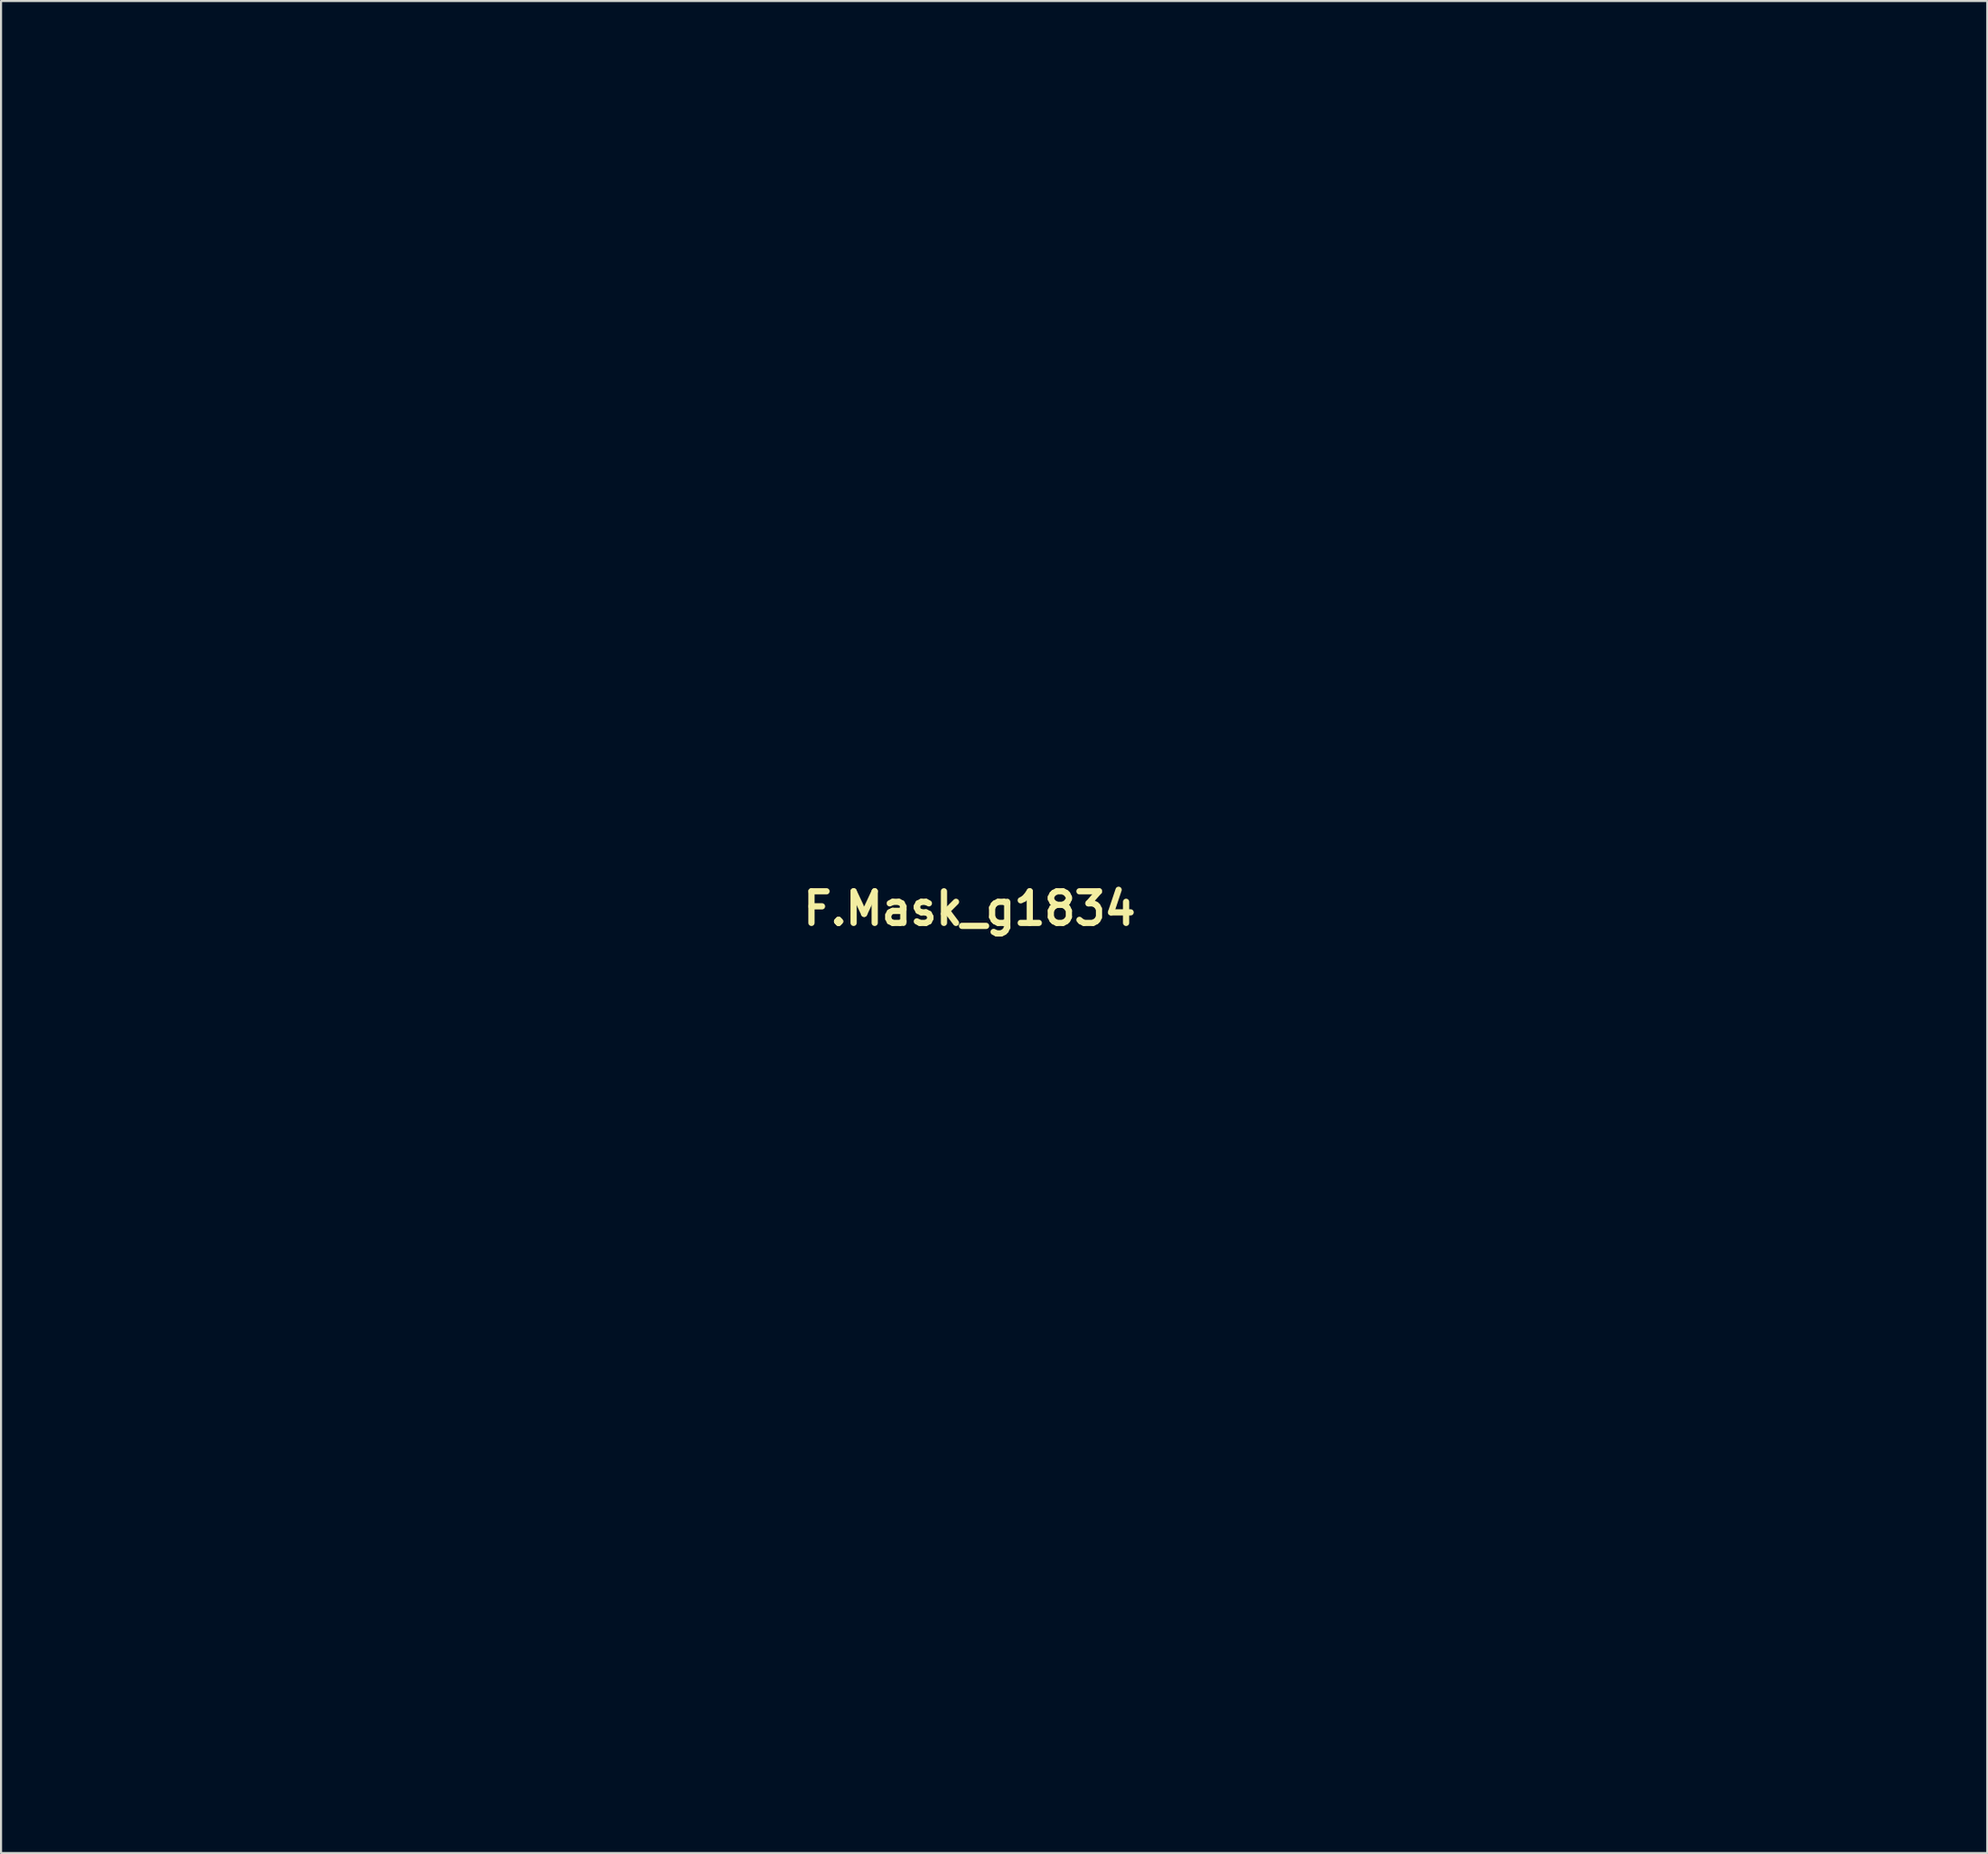
<source format=kicad_pcb>
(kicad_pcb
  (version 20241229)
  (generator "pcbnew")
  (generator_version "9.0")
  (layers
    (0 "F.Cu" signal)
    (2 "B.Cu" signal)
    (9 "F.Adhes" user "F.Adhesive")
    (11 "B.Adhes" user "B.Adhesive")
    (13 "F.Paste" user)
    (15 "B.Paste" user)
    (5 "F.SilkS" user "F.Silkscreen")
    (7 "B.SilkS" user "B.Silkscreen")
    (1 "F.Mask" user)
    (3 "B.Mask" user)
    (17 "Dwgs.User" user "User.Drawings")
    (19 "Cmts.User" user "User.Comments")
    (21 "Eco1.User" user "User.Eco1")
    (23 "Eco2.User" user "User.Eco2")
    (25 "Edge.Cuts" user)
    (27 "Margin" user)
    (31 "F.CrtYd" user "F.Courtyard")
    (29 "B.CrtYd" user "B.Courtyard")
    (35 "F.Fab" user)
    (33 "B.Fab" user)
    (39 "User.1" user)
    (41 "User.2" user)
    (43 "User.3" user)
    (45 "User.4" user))
  (footprint "F.Mask_g1834"
    (layer "F.Cu")
    (at 43.688 40.771)
    (property "Reference" "F.Mask_g1834" (at 0 0 0) (layer "F.SilkS") (effects (font (size 1.524 1.524) (thickness 0.3))))
    (attr through_hole)
    (fp_poly (pts (xy -12.937 9.439) (xy -12.456 9.515) (xy -12.264 9.557) (xy -11.799 9.688) (xy -11.336 9.861) (xy -10.876 10.076) (xy -10.42 10.332) (xy -9.968 10.629) (xy -9.521 10.967) (xy -9.079 11.344) (xy -8.643 11.762) (xy -8.212 12.219) (xy -7.789 12.715) (xy -7.716 12.806) (xy -7.353 13.28) (xy -7.032 13.748) (xy -6.752 14.21) (xy -6.511 14.67) (xy -6.31 15.127) (xy -6.148 15.584) (xy -6.024 16.041) (xy -5.938 16.5) (xy -5.89 16.962) (xy -5.877 17.346) (xy -5.887 17.718) (xy -5.917 18.066) (xy -5.969 18.403) (xy -6.046 18.746) (xy -6.095 18.923) (xy -6.239 19.35) (xy -6.425 19.773) (xy -6.652 20.191) (xy -6.921 20.604) (xy -7.229 21.012) (xy -7.578 21.413) (xy -7.967 21.807) (xy -8.395 22.194) (xy -8.498 22.281) (xy -8.952 22.639) (xy -9.404 22.955) (xy -9.855 23.228) (xy -10.306 23.458) (xy -10.755 23.647) (xy -11.203 23.793) (xy -11.65 23.897) (xy -12.097 23.959) (xy -12.542 23.979) (xy -12.594 23.978) (xy -12.701 23.976) (xy -12.801 23.973) (xy -12.881 23.97) (xy -12.922 23.968) (xy -13.448 23.904) (xy -13.964 23.8) (xy -14.47 23.654) (xy -14.964 23.468) (xy -15.448 23.241) (xy -15.92 22.973) (xy -16.381 22.665) (xy -16.499 22.578) (xy -16.724 22.401) (xy -16.965 22.197) (xy -17.216 21.972) (xy -17.47 21.733) (xy -17.719 21.488) (xy -17.955 21.242) (xy -18.172 21.004) (xy -18.257 20.905) (xy -18.651 20.419) (xy -19.002 19.934) (xy -19.312 19.45) (xy -19.58 18.967) (xy -19.806 18.484) (xy -19.991 18) (xy -20.134 17.515) (xy -20.237 17.029) (xy -20.299 16.541) (xy -20.32 16.051) (xy -20.32 16.041) (xy -20.302 15.619) (xy -16.592 15.619) (xy -16.562 15.932) (xy -16.493 16.248) (xy -16.391 16.548) (xy -16.254 16.849) (xy -16.081 17.165) (xy -15.873 17.492) (xy -15.633 17.826) (xy -15.363 18.167) (xy -15.065 18.509) (xy -14.741 18.851) (xy -14.669 18.923) (xy -14.345 19.229) (xy -14.026 19.499) (xy -13.712 19.732) (xy -13.404 19.926) (xy -13.104 20.083) (xy -12.813 20.199) (xy -12.531 20.276) (xy -12.405 20.298) (xy -12.25 20.311) (xy -12.071 20.313) (xy -11.883 20.304) (xy -11.702 20.285) (xy -11.543 20.257) (xy -11.51 20.249) (xy -11.248 20.161) (xy -10.986 20.037) (xy -10.73 19.879) (xy -10.488 19.692) (xy -10.266 19.481) (xy -10.088 19.275) (xy -9.916 19.03) (xy -9.783 18.789) (xy -9.686 18.545) (xy -9.625 18.29) (xy -9.596 18.019) (xy -9.594 17.78) (xy -9.603 17.613) (xy -9.619 17.468) (xy -9.644 17.333) (xy -9.682 17.196) (xy -9.735 17.043) (xy -9.783 16.918) (xy -9.897 16.665) (xy -10.043 16.395) (xy -10.217 16.111) (xy -10.416 15.819) (xy -10.635 15.523) (xy -10.871 15.228) (xy -11.119 14.938) (xy -11.377 14.657) (xy -11.64 14.391) (xy -11.904 14.144) (xy -12.165 13.92) (xy -12.42 13.724) (xy -12.562 13.625) (xy -12.875 13.44) (xy -13.188 13.296) (xy -13.502 13.193) (xy -13.813 13.13) (xy -14.123 13.109) (xy -14.428 13.128) (xy -14.727 13.188) (xy -15.02 13.29) (xy -15.305 13.432) (xy -15.442 13.517) (xy -15.592 13.627) (xy -15.749 13.759) (xy -15.903 13.905) (xy -16.041 14.053) (xy -16.153 14.189) (xy -16.318 14.449) (xy -16.445 14.724) (xy -16.533 15.012) (xy -16.582 15.311) (xy -16.592 15.619) (xy -20.302 15.619) (xy -20.299 15.556) (xy -20.237 15.078) (xy -20.134 14.61) (xy -19.989 14.15) (xy -19.802 13.699) (xy -19.575 13.256) (xy -19.306 12.822) (xy -18.996 12.398) (xy -18.645 11.982) (xy -18.252 11.576) (xy -18.034 11.37) (xy -17.59 10.986) (xy -17.141 10.644) (xy -16.688 10.343) (xy -16.231 10.084) (xy -15.769 9.866) (xy -15.305 9.69) (xy -14.837 9.556) (xy -14.366 9.464) (xy -13.892 9.413) (xy -13.415 9.405) (xy -12.937 9.439)) (stroke (width 0.01) (type solid)) (fill yes) (layer "F.Mask"))
    (fp_poly (pts (xy -24.391 19.398) (xy -23.915 19.44) (xy -23.437 19.524) (xy -22.959 19.651) (xy -22.871 19.679) (xy -22.402 19.853) (xy -21.938 20.069) (xy -21.478 20.326) (xy -21.023 20.625) (xy -20.573 20.966) (xy -20.128 21.348) (xy -19.688 21.771) (xy -19.254 22.235) (xy -18.826 22.74) (xy -18.765 22.816) (xy -18.492 23.173) (xy -18.234 23.539) (xy -17.996 23.911) (xy -17.779 24.28) (xy -17.588 24.643) (xy -17.426 24.994) (xy -17.303 25.304) (xy -17.151 25.787) (xy -17.04 26.272) (xy -16.97 26.756) (xy -16.94 27.239) (xy -16.951 27.718) (xy -17.002 28.191) (xy -17.094 28.657) (xy -17.226 29.114) (xy -17.398 29.561) (xy -17.495 29.771) (xy -17.719 30.185) (xy -17.984 30.594) (xy -18.29 30.998) (xy -18.637 31.396) (xy -19.023 31.788) (xy -19.439 32.163) (xy -19.881 32.523) (xy -20.319 32.842) (xy -20.753 33.12) (xy -21.184 33.358) (xy -21.614 33.556) (xy -22.043 33.716) (xy -22.474 33.837) (xy -22.902 33.919) (xy -23.002 33.931) (xy -23.133 33.941) (xy -23.284 33.95) (xy -23.445 33.957) (xy -23.606 33.962) (xy -23.756 33.965) (xy -23.886 33.964) (xy -23.985 33.96) (xy -23.992 33.959) (xy -24.518 33.894) (xy -25.035 33.788) (xy -25.543 33.641) (xy -26.039 33.454) (xy -26.52 33.228) (xy -26.986 32.964) (xy -27.029 32.937) (xy -27.393 32.691) (xy -27.764 32.41) (xy -28.137 32.096) (xy -28.508 31.756) (xy -28.871 31.393) (xy -29.221 31.012) (xy -29.554 30.618) (xy -29.562 30.607) (xy -29.931 30.122) (xy -30.259 29.636) (xy -30.544 29.148) (xy -30.789 28.66) (xy -30.992 28.171) (xy -31.152 27.681) (xy -31.272 27.192) (xy -31.349 26.703) (xy -31.384 26.214) (xy -31.377 25.726) (xy -31.356 25.511) (xy -27.661 25.511) (xy -27.643 25.824) (xy -27.583 26.144) (xy -27.582 26.149) (xy -27.487 26.453) (xy -27.352 26.771) (xy -27.18 27.099) (xy -26.97 27.439) (xy -26.723 27.787) (xy -26.44 28.143) (xy -26.122 28.506) (xy -25.769 28.874) (xy -25.683 28.96) (xy -25.366 29.258) (xy -25.059 29.517) (xy -24.761 29.738) (xy -24.47 29.921) (xy -24.183 30.069) (xy -23.899 30.181) (xy -23.616 30.26) (xy -23.463 30.289) (xy -23.327 30.302) (xy -23.164 30.304) (xy -22.989 30.297) (xy -22.816 30.281) (xy -22.659 30.257) (xy -22.58 30.239) (xy -22.309 30.151) (xy -22.05 30.029) (xy -21.798 29.87) (xy -21.552 29.672) (xy -21.398 29.528) (xy -21.202 29.319) (xy -21.042 29.113) (xy -20.913 28.904) (xy -20.81 28.682) (xy -20.728 28.439) (xy -20.708 28.365) (xy -20.683 28.262) (xy -20.667 28.166) (xy -20.658 28.063) (xy -20.654 27.938) (xy -20.653 27.877) (xy -20.654 27.725) (xy -20.661 27.596) (xy -20.677 27.478) (xy -20.703 27.355) (xy -20.742 27.215) (xy -20.769 27.125) (xy -20.858 26.886) (xy -20.979 26.627) (xy -21.13 26.352) (xy -21.309 26.064) (xy -21.513 25.767) (xy -21.74 25.464) (xy -21.986 25.16) (xy -22.25 24.857) (xy -22.529 24.559) (xy -22.726 24.362) (xy -23.038 24.072) (xy -23.342 23.821) (xy -23.639 23.61) (xy -23.932 23.437) (xy -24.221 23.3) (xy -24.51 23.198) (xy -24.738 23.142) (xy -24.899 23.119) (xy -25.081 23.107) (xy -25.27 23.105) (xy -25.453 23.115) (xy -25.617 23.135) (xy -25.697 23.151) (xy -25.969 23.232) (xy -26.219 23.338) (xy -26.457 23.473) (xy -26.681 23.633) (xy -26.935 23.854) (xy -27.152 24.095) (xy -27.331 24.352) (xy -27.472 24.624) (xy -27.575 24.909) (xy -27.638 25.205) (xy -27.661 25.511) (xy -31.356 25.511) (xy -31.328 25.239) (xy -31.274 24.924) (xy -31.161 24.466) (xy -31.011 24.019) (xy -30.821 23.583) (xy -30.591 23.156) (xy -30.321 22.737) (xy -30.011 22.325) (xy -29.659 21.92) (xy -29.422 21.673) (xy -28.988 21.261) (xy -28.548 20.89) (xy -28.102 20.56) (xy -27.652 20.27) (xy -27.196 20.021) (xy -26.737 19.814) (xy -26.274 19.648) (xy -25.807 19.523) (xy -25.337 19.44) (xy -24.865 19.398) (xy -24.391 19.398)) (stroke (width 0.01) (type solid)) (fill yes) (layer "F.Mask"))
    (fp_poly (pts (xy 8.969 -11.079) (xy 9.11 -11.078) (xy 9.225 -11.074) (xy 9.321 -11.068) (xy 9.409 -11.06) (xy 9.495 -11.048) (xy 9.588 -11.033) (xy 9.599 -11.031) (xy 10.089 -10.924) (xy 10.57 -10.781) (xy 11.045 -10.6) (xy 11.496 -10.392) (xy 11.613 -10.332) (xy 11.738 -10.266) (xy 11.862 -10.2) (xy 11.975 -10.137) (xy 12.071 -10.082) (xy 12.138 -10.042) (xy 12.147 -10.036) (xy 12.148 -10.025) (xy 12.138 -9.999) (xy 12.115 -9.957) (xy 12.079 -9.895) (xy 12.027 -9.814) (xy 11.96 -9.71) (xy 11.876 -9.581) (xy 11.773 -9.427) (xy 11.651 -9.245) (xy 11.508 -9.033) (xy 11.343 -8.789) (xy 11.208 -8.591) (xy 11.057 -8.369) (xy 10.912 -8.155) (xy 10.775 -7.954) (xy 10.647 -7.767) (xy 10.532 -7.598) (xy 10.429 -7.448) (xy 10.343 -7.321) (xy 10.273 -7.22) (xy 10.223 -7.147) (xy 10.194 -7.105) (xy 10.189 -7.097) (xy 10.139 -7.03) (xy 9.996 -7.117) (xy 9.864 -7.192) (xy 9.719 -7.268) (xy 9.569 -7.339) (xy 9.426 -7.4) (xy 9.301 -7.447) (xy 9.227 -7.47) (xy 8.911 -7.53) (xy 8.603 -7.55) (xy 8.304 -7.528) (xy 8.015 -7.466) (xy 7.738 -7.364) (xy 7.474 -7.222) (xy 7.225 -7.04) (xy 7.077 -6.907) (xy 6.858 -6.666) (xy 6.679 -6.411) (xy 6.538 -6.14) (xy 6.438 -5.857) (xy 6.377 -5.561) (xy 6.357 -5.255) (xy 6.377 -4.94) (xy 6.438 -4.616) (xy 6.503 -4.392) (xy 6.616 -4.102) (xy 6.768 -3.797) (xy 6.958 -3.478) (xy 7.186 -3.145) (xy 7.452 -2.799) (xy 7.755 -2.44) (xy 8.094 -2.07) (xy 8.38 -1.777) (xy 8.703 -1.468) (xy 9.011 -1.198) (xy 9.307 -0.966) (xy 9.593 -0.771) (xy 9.868 -0.614) (xy 10.136 -0.492) (xy 10.398 -0.407) (xy 10.654 -0.357) (xy 10.908 -0.341) (xy 11.159 -0.359) (xy 11.409 -0.41) (xy 11.551 -0.453) (xy 11.795 -0.555) (xy 12.035 -0.692) (xy 12.265 -0.858) (xy 12.479 -1.048) (xy 12.674 -1.257) (xy 12.843 -1.48) (xy 12.981 -1.711) (xy 13.083 -1.945) (xy 13.098 -1.99) (xy 13.16 -2.252) (xy 13.183 -2.532) (xy 13.169 -2.829) (xy 13.116 -3.143) (xy 13.025 -3.474) (xy 12.896 -3.822) (xy 12.729 -4.186) (xy 12.602 -4.427) (xy 12.552 -4.521) (xy 12.513 -4.601) (xy 12.488 -4.661) (xy 12.479 -4.694) (xy 12.481 -4.697) (xy 12.503 -4.708) (xy 12.56 -4.734) (xy 12.649 -4.774) (xy 12.766 -4.827) (xy 12.908 -4.89) (xy 13.072 -4.963) (xy 13.254 -5.043) (xy 13.45 -5.13) (xy 13.657 -5.222) (xy 13.872 -5.317) (xy 14.092 -5.413) (xy 14.312 -5.51) (xy 14.53 -5.605) (xy 14.741 -5.698) (xy 14.943 -5.787) (xy 15.132 -5.869) (xy 15.304 -5.944) (xy 15.457 -6.011) (xy 15.586 -6.067) (xy 15.689 -6.111) (xy 15.761 -6.142) (xy 15.8 -6.158) (xy 15.805 -6.159) (xy 15.816 -6.154) (xy 15.832 -6.136) (xy 15.854 -6.101) (xy 15.886 -6.045) (xy 15.928 -5.964) (xy 15.985 -5.854) (xy 16.057 -5.711) (xy 16.076 -5.673) (xy 16.291 -5.214) (xy 16.467 -4.769) (xy 16.607 -4.332) (xy 16.712 -3.9) (xy 16.781 -3.468) (xy 16.818 -3.034) (xy 16.821 -2.963) (xy 16.817 -2.511) (xy 16.775 -2.072) (xy 16.692 -1.646) (xy 16.57 -1.231) (xy 16.408 -0.826) (xy 16.205 -0.429) (xy 15.961 -0.04) (xy 15.689 0.326) (xy 15.451 0.607) (xy 15.18 0.895) (xy 14.883 1.186) (xy 14.567 1.471) (xy 14.239 1.745) (xy 13.907 2.002) (xy 13.6 2.22) (xy 13.21 2.47) (xy 12.835 2.683) (xy 12.47 2.86) (xy 12.11 3.003) (xy 11.754 3.114) (xy 11.396 3.194) (xy 11.102 3.238) (xy 10.973 3.248) (xy 10.813 3.254) (xy 10.633 3.257) (xy 10.445 3.255) (xy 10.26 3.25) (xy 10.089 3.24) (xy 9.944 3.228) (xy 9.927 3.226) (xy 9.528 3.164) (xy 9.113 3.075) (xy 8.695 2.962) (xy 8.411 2.87) (xy 7.972 2.7) (xy 7.538 2.493) (xy 7.108 2.249) (xy 6.681 1.965) (xy 6.255 1.643) (xy 5.83 1.28) (xy 5.404 0.875) (xy 5.386 0.858) (xy 4.942 0.393) (xy 4.533 -0.076) (xy 4.162 -0.548) (xy 3.829 -1.022) (xy 3.534 -1.498) (xy 3.279 -1.972) (xy 3.064 -2.445) (xy 2.908 -2.863) (xy 2.766 -3.348) (xy 2.666 -3.831) (xy 2.608 -4.311) (xy 2.592 -4.786) (xy 2.617 -5.256) (xy 2.685 -5.721) (xy 2.794 -6.18) (xy 2.945 -6.631) (xy 3.137 -7.075) (xy 3.37 -7.51) (xy 3.555 -7.804) (xy 3.729 -8.056) (xy 3.902 -8.287) (xy 4.086 -8.509) (xy 4.289 -8.735) (xy 4.445 -8.898) (xy 4.841 -9.284) (xy 5.245 -9.636) (xy 5.653 -9.953) (xy 6.064 -10.233) (xy 6.477 -10.475) (xy 6.889 -10.678) (xy 7.299 -10.841) (xy 7.556 -10.923) (xy 7.73 -10.971) (xy 7.884 -11.008) (xy 8.029 -11.036) (xy 8.173 -11.056) (xy 8.328 -11.069) (xy 8.502 -11.077) (xy 8.704 -11.08) (xy 8.795 -11.08) (xy 8.969 -11.079)) (stroke (width 0.01) (type solid)) (fill yes) (layer "F.Mask"))
    (fp_poly (pts (xy -34.738 26.818) (xy -34.697 26.862) (xy -34.632 26.932) (xy -34.547 27.025) (xy -34.445 27.138) (xy -34.326 27.269) (xy -34.195 27.413) (xy -34.053 27.569) (xy -33.904 27.734) (xy -33.75 27.904) (xy -33.593 28.077) (xy -33.436 28.251) (xy -33.282 28.421) (xy -33.133 28.586) (xy -32.992 28.743) (xy -32.861 28.888) (xy -32.743 29.019) (xy -32.641 29.133) (xy -32.556 29.226) (xy -32.493 29.298) (xy -32.457 29.339) (xy -32.454 29.347) (xy -32.459 29.36) (xy -32.473 29.38) (xy -32.498 29.409) (xy -32.535 29.448) (xy -32.586 29.499) (xy -32.653 29.564) (xy -32.738 29.644) (xy -32.843 29.741) (xy -32.969 29.856) (xy -33.118 29.992) (xy -33.292 30.15) (xy -33.493 30.331) (xy -33.722 30.538) (xy -33.918 30.714) (xy -34.132 30.907) (xy -34.336 31.092) (xy -34.53 31.266) (xy -34.709 31.429) (xy -34.874 31.577) (xy -35.02 31.71) (xy -35.146 31.825) (xy -35.251 31.92) (xy -35.331 31.993) (xy -35.384 32.043) (xy -35.409 32.066) (xy -35.41 32.068) (xy -35.396 32.085) (xy -35.355 32.131) (xy -35.288 32.207) (xy -35.197 32.309) (xy -35.081 32.438) (xy -34.944 32.592) (xy -34.785 32.769) (xy -34.606 32.968) (xy -34.409 33.187) (xy -34.194 33.426) (xy -33.962 33.683) (xy -33.716 33.957) (xy -33.455 34.246) (xy -33.182 34.549) (xy -32.897 34.865) (xy -32.602 35.192) (xy -32.298 35.529) (xy -31.986 35.874) (xy -31.888 35.984) (xy -31.573 36.332) (xy -31.267 36.672) (xy -30.969 37.002) (xy -30.681 37.322) (xy -30.404 37.629) (xy -30.14 37.923) (xy -29.889 38.201) (xy -29.653 38.464) (xy -29.433 38.709) (xy -29.23 38.935) (xy -29.046 39.14) (xy -28.881 39.324) (xy -28.736 39.486) (xy -28.614 39.622) (xy -28.515 39.734) (xy -28.441 39.818) (xy -28.392 39.874) (xy -28.37 39.9) (xy -28.369 39.902) (xy -28.385 39.919) (xy -28.43 39.961) (xy -28.502 40.028) (xy -28.597 40.114) (xy -28.713 40.22) (xy -28.846 40.341) (xy -28.996 40.477) (xy -29.158 40.623) (xy -29.33 40.779) (xy -29.509 40.941) (xy -29.693 41.107) (xy -29.88 41.274) (xy -30.065 41.441) (xy -30.248 41.605) (xy -30.424 41.763) (xy -30.592 41.914) (xy -30.748 42.054) (xy -30.891 42.181) (xy -31.017 42.293) (xy -31.123 42.387) (xy -31.208 42.462) (xy -31.268 42.514) (xy -31.3 42.541) (xy -31.305 42.545) (xy -31.321 42.53) (xy -31.364 42.484) (xy -31.433 42.41) (xy -31.526 42.308) (xy -31.643 42.18) (xy -31.782 42.027) (xy -31.942 41.851) (xy -32.122 41.653) (xy -32.321 41.434) (xy -32.537 41.196) (xy -32.77 40.94) (xy -33.017 40.666) (xy -33.278 40.378) (xy -33.552 40.075) (xy -33.837 39.76) (xy -34.132 39.434) (xy -34.437 39.097) (xy -34.749 38.751) (xy -34.84 38.65) (xy -35.154 38.303) (xy -35.46 37.963) (xy -35.758 37.634) (xy -36.046 37.315) (xy -36.324 37.009) (xy -36.588 36.716) (xy -36.84 36.438) (xy -37.077 36.177) (xy -37.298 35.933) (xy -37.502 35.709) (xy -37.687 35.505) (xy -37.853 35.322) (xy -37.998 35.162) (xy -38.122 35.027) (xy -38.222 34.918) (xy -38.298 34.835) (xy -38.348 34.781) (xy -38.372 34.757) (xy -38.373 34.756) (xy -38.391 34.77) (xy -38.438 34.81) (xy -38.513 34.875) (xy -38.611 34.962) (xy -38.733 35.07) (xy -38.875 35.196) (xy -39.035 35.339) (xy -39.211 35.497) (xy -39.401 35.668) (xy -39.602 35.849) (xy -39.813 36.039) (xy -39.868 36.089) (xy -40.081 36.281) (xy -40.285 36.465) (xy -40.478 36.638) (xy -40.658 36.799) (xy -40.822 36.947) (xy -40.969 37.078) (xy -41.096 37.19) (xy -41.201 37.283) (xy -41.281 37.354) (xy -41.335 37.401) (xy -41.361 37.422) (xy -41.363 37.423) (xy -41.379 37.407) (xy -41.42 37.364) (xy -41.485 37.294) (xy -41.571 37.201) (xy -41.674 37.089) (xy -41.793 36.959) (xy -41.925 36.815) (xy -42.067 36.659) (xy -42.217 36.494) (xy -42.371 36.324) (xy -42.528 36.151) (xy -42.686 35.978) (xy -42.84 35.807) (xy -42.989 35.642) (xy -43.13 35.485) (xy -43.261 35.34) (xy -43.379 35.209) (xy -43.482 35.094) (xy -43.566 35) (xy -43.629 34.928) (xy -43.669 34.882) (xy -43.683 34.864) (xy -43.669 34.847) (xy -43.626 34.805) (xy -43.557 34.739) (xy -43.464 34.653) (xy -43.351 34.548) (xy -43.221 34.428) (xy -43.075 34.295) (xy -42.916 34.151) (xy -42.762 34.012) (xy -42.627 33.89) (xy -42.462 33.742) (xy -42.273 33.571) (xy -42.062 33.38) (xy -41.831 33.172) (xy -41.584 32.949) (xy -41.325 32.715) (xy -41.056 32.472) (xy -40.78 32.223) (xy -40.501 31.971) (xy -40.221 31.719) (xy -39.944 31.469) (xy -39.762 31.304) (xy -39.474 31.044) (xy -39.173 30.772) (xy -38.862 30.491) (xy -38.545 30.205) (xy -38.226 29.917) (xy -37.909 29.631) (xy -37.599 29.351) (xy -37.298 29.08) (xy -37.012 28.822) (xy -36.745 28.58) (xy -36.499 28.359) (xy -36.28 28.161) (xy -36.228 28.114) (xy -36.016 27.923) (xy -35.814 27.741) (xy -35.622 27.569) (xy -35.444 27.409) (xy -35.281 27.264) (xy -35.136 27.135) (xy -35.011 27.024) (xy -34.908 26.933) (xy -34.83 26.865) (xy -34.778 26.821) (xy -34.754 26.802) (xy -34.753 26.802) (xy -34.738 26.818)) (stroke (width 0.01) (type solid)) (fill yes) (layer "F.Mask"))
    (fp_poly (pts (xy 41.713 -40.764) (xy 41.883 -40.754) (xy 41.943 -40.747) (xy 42.302 -40.68) (xy 42.655 -40.574) (xy 43.004 -40.429) (xy 43.351 -40.243) (xy 43.696 -40.017) (xy 43.942 -39.829) (xy 44.059 -39.73) (xy 44.195 -39.604) (xy 44.344 -39.461) (xy 44.497 -39.307) (xy 44.647 -39.15) (xy 44.787 -38.997) (xy 44.91 -38.856) (xy 44.994 -38.753) (xy 45.266 -38.376) (xy 45.497 -37.996) (xy 45.688 -37.614) (xy 45.836 -37.23) (xy 45.944 -36.846) (xy 46.01 -36.462) (xy 46.035 -36.08) (xy 46.018 -35.699) (xy 45.96 -35.321) (xy 45.86 -34.946) (xy 45.719 -34.576) (xy 45.536 -34.211) (xy 45.361 -33.926) (xy 45.273 -33.796) (xy 45.184 -33.672) (xy 45.094 -33.552) (xy 44.997 -33.433) (xy 44.893 -33.311) (xy 44.777 -33.184) (xy 44.648 -33.05) (xy 44.503 -32.904) (xy 44.338 -32.745) (xy 44.151 -32.569) (xy 43.94 -32.373) (xy 43.701 -32.155) (xy 43.511 -31.983) (xy 43.346 -31.833) (xy 43.19 -31.692) (xy 43.047 -31.562) (xy 42.92 -31.446) (xy 42.81 -31.346) (xy 42.722 -31.264) (xy 42.657 -31.203) (xy 42.618 -31.166) (xy 42.609 -31.156) (xy 42.622 -31.139) (xy 42.663 -31.092) (xy 42.728 -31.018) (xy 42.817 -30.919) (xy 42.927 -30.795) (xy 43.057 -30.65) (xy 43.205 -30.485) (xy 43.37 -30.302) (xy 43.549 -30.103) (xy 43.741 -29.89) (xy 43.944 -29.665) (xy 44.156 -29.429) (xy 44.334 -29.232) (xy 44.553 -28.989) (xy 44.764 -28.755) (xy 44.964 -28.531) (xy 45.154 -28.32) (xy 45.33 -28.123) (xy 45.49 -27.943) (xy 45.635 -27.78) (xy 45.76 -27.638) (xy 45.866 -27.518) (xy 45.949 -27.422) (xy 46.009 -27.351) (xy 46.044 -27.309) (xy 46.053 -27.297) (xy 46.036 -27.279) (xy 45.991 -27.236) (xy 45.92 -27.17) (xy 45.825 -27.083) (xy 45.71 -26.977) (xy 45.576 -26.855) (xy 45.427 -26.719) (xy 45.265 -26.572) (xy 45.094 -26.416) (xy 44.914 -26.253) (xy 44.73 -26.086) (xy 44.544 -25.918) (xy 44.358 -25.75) (xy 44.176 -25.585) (xy 43.999 -25.426) (xy 43.831 -25.275) (xy 43.675 -25.134) (xy 43.532 -25.006) (xy 43.405 -24.893) (xy 43.298 -24.798) (xy 43.213 -24.723) (xy 43.152 -24.67) (xy 43.119 -24.642) (xy 43.113 -24.638) (xy 43.098 -24.654) (xy 43.055 -24.699) (xy 42.987 -24.774) (xy 42.893 -24.877) (xy 42.775 -25.007) (xy 42.633 -25.162) (xy 42.47 -25.342) (xy 42.286 -25.545) (xy 42.082 -25.77) (xy 41.859 -26.017) (xy 41.618 -26.283) (xy 41.36 -26.568) (xy 41.086 -26.87) (xy 40.798 -27.189) (xy 40.496 -27.523) (xy 40.181 -27.871) (xy 39.855 -28.232) (xy 39.518 -28.605) (xy 39.172 -28.988) (xy 38.817 -29.381) (xy 38.455 -29.782) (xy 38.414 -29.828) (xy 38.051 -30.229) (xy 37.696 -30.623) (xy 37.349 -31.008) (xy 37.011 -31.382) (xy 36.684 -31.745) (xy 36.368 -32.095) (xy 36.065 -32.431) (xy 35.776 -32.752) (xy 35.501 -33.057) (xy 35.242 -33.345) (xy 35 -33.614) (xy 34.775 -33.863) (xy 34.57 -34.092) (xy 34.384 -34.298) (xy 34.219 -34.482) (xy 34.077 -34.641) (xy 33.957 -34.774) (xy 33.861 -34.881) (xy 33.791 -34.961) (xy 33.746 -35.011) (xy 33.729 -35.031) (xy 33.729 -35.031) (xy 33.744 -35.046) (xy 33.789 -35.088) (xy 33.861 -35.154) (xy 33.959 -35.244) (xy 34.08 -35.354) (xy 34.222 -35.483) (xy 34.325 -35.577) (xy 38.615 -35.577) (xy 38.629 -35.559) (xy 38.67 -35.512) (xy 38.733 -35.44) (xy 38.817 -35.346) (xy 38.918 -35.233) (xy 39.034 -35.104) (xy 39.162 -34.961) (xy 39.299 -34.809) (xy 39.443 -34.65) (xy 39.59 -34.487) (xy 39.739 -34.323) (xy 39.885 -34.161) (xy 40.028 -34.004) (xy 40.163 -33.856) (xy 40.289 -33.718) (xy 40.402 -33.595) (xy 40.499 -33.489) (xy 40.579 -33.403) (xy 40.637 -33.34) (xy 40.672 -33.303) (xy 40.682 -33.295) (xy 40.701 -33.309) (xy 40.747 -33.348) (xy 40.816 -33.408) (xy 40.905 -33.486) (xy 41.009 -33.579) (xy 41.124 -33.682) (xy 41.161 -33.716) (xy 41.285 -33.83) (xy 41.406 -33.942) (xy 41.517 -34.047) (xy 41.613 -34.139) (xy 41.688 -34.214) (xy 41.739 -34.267) (xy 41.742 -34.271) (xy 41.922 -34.493) (xy 42.068 -34.707) (xy 42.177 -34.911) (xy 42.25 -35.102) (xy 42.258 -35.131) (xy 42.287 -35.312) (xy 42.288 -35.509) (xy 42.263 -35.711) (xy 42.212 -35.904) (xy 42.152 -36.05) (xy 42.027 -36.259) (xy 41.877 -36.448) (xy 41.705 -36.613) (xy 41.517 -36.751) (xy 41.317 -36.862) (xy 41.109 -36.941) (xy 40.899 -36.987) (xy 40.69 -36.998) (xy 40.487 -36.969) (xy 40.48 -36.968) (xy 40.368 -36.931) (xy 40.234 -36.874) (xy 40.09 -36.801) (xy 39.946 -36.72) (xy 39.815 -36.636) (xy 39.762 -36.598) (xy 39.706 -36.554) (xy 39.63 -36.491) (xy 39.537 -36.412) (xy 39.431 -36.321) (xy 39.317 -36.221) (xy 39.199 -36.117) (xy 39.081 -36.012) (xy 38.967 -35.911) (xy 38.863 -35.816) (xy 38.771 -35.732) (xy 38.697 -35.662) (xy 38.644 -35.611) (xy 38.617 -35.582) (xy 38.615 -35.577) (xy 34.325 -35.577) (xy 34.383 -35.63) (xy 34.562 -35.792) (xy 34.756 -35.968) (xy 34.963 -36.156) (xy 35.181 -36.354) (xy 35.409 -36.56) (xy 35.643 -36.772) (xy 35.882 -36.989) (xy 36.125 -37.208) (xy 36.368 -37.428) (xy 36.611 -37.647) (xy 36.85 -37.863) (xy 37.085 -38.075) (xy 37.312 -38.28) (xy 37.53 -38.477) (xy 37.737 -38.663) (xy 37.93 -38.838) (xy 38.109 -38.998) (xy 38.27 -39.143) (xy 38.412 -39.27) (xy 38.532 -39.378) (xy 38.63 -39.465) (xy 38.701 -39.529) (xy 38.739 -39.562) (xy 39.106 -39.859) (xy 39.472 -40.114) (xy 39.839 -40.328) (xy 40.209 -40.501) (xy 40.581 -40.635) (xy 40.809 -40.697) (xy 40.956 -40.724) (xy 41.132 -40.745) (xy 41.325 -40.759) (xy 41.523 -40.766) (xy 41.713 -40.764)) (stroke (width 0.01) (type solid)) (fill yes) (layer "F.Mask"))
    (fp_poly (pts (xy 16.739 -19.671) (xy 16.794 -19.641) (xy 16.883 -19.593) (xy 17.004 -19.528) (xy 17.155 -19.445) (xy 17.335 -19.346) (xy 17.543 -19.232) (xy 17.777 -19.103) (xy 18.034 -18.962) (xy 18.314 -18.808) (xy 18.615 -18.642) (xy 18.935 -18.465) (xy 19.272 -18.279) (xy 19.625 -18.084) (xy 19.993 -17.881) (xy 20.374 -17.671) (xy 20.765 -17.455) (xy 21.166 -17.233) (xy 21.575 -17.007) (xy 21.991 -16.777) (xy 22.41 -16.545) (xy 22.833 -16.311) (xy 23.257 -16.076) (xy 23.681 -15.842) (xy 24.103 -15.608) (xy 24.522 -15.376) (xy 24.936 -15.147) (xy 25.342 -14.922) (xy 25.741 -14.701) (xy 26.129 -14.486) (xy 26.506 -14.277) (xy 26.87 -14.075) (xy 27.219 -13.881) (xy 27.551 -13.697) (xy 27.866 -13.522) (xy 28.161 -13.358) (xy 28.434 -13.206) (xy 28.685 -13.067) (xy 28.911 -12.941) (xy 29.111 -12.829) (xy 29.283 -12.733) (xy 29.425 -12.653) (xy 29.537 -12.59) (xy 29.616 -12.545) (xy 29.661 -12.519) (xy 29.671 -12.513) (xy 29.656 -12.497) (xy 29.613 -12.455) (xy 29.543 -12.39) (xy 29.45 -12.303) (xy 29.335 -12.197) (xy 29.202 -12.075) (xy 29.053 -11.939) (xy 28.891 -11.791) (xy 28.718 -11.634) (xy 28.537 -11.469) (xy 28.351 -11.3) (xy 28.162 -11.128) (xy 27.972 -10.957) (xy 27.785 -10.788) (xy 27.603 -10.623) (xy 27.428 -10.466) (xy 27.264 -10.318) (xy 27.112 -10.181) (xy 26.975 -10.059) (xy 26.857 -9.954) (xy 26.759 -9.867) (xy 26.684 -9.801) (xy 26.635 -9.759) (xy 26.614 -9.743) (xy 26.614 -9.743) (xy 26.592 -9.752) (xy 26.538 -9.783) (xy 26.455 -9.832) (xy 26.346 -9.898) (xy 26.216 -9.979) (xy 26.066 -10.073) (xy 25.9 -10.177) (xy 25.722 -10.291) (xy 25.613 -10.361) (xy 25.429 -10.478) (xy 25.256 -10.589) (xy 25.096 -10.691) (xy 24.953 -10.782) (xy 24.83 -10.86) (xy 24.731 -10.923) (xy 24.659 -10.968) (xy 24.618 -10.993) (xy 24.609 -10.998) (xy 24.589 -10.986) (xy 24.54 -10.946) (xy 24.463 -10.881) (xy 24.359 -10.792) (xy 24.231 -10.68) (xy 24.079 -10.547) (xy 23.907 -10.394) (xy 23.714 -10.223) (xy 23.504 -10.034) (xy 23.277 -9.831) (xy 23.035 -9.613) (xy 22.921 -9.51) (xy 21.262 -8.012) (xy 21.803 -6.953) (xy 21.925 -6.714) (xy 22.028 -6.51) (xy 22.114 -6.338) (xy 22.184 -6.197) (xy 22.238 -6.085) (xy 22.278 -5.998) (xy 22.305 -5.935) (xy 22.319 -5.893) (xy 22.323 -5.87) (xy 22.322 -5.865) (xy 22.302 -5.846) (xy 22.255 -5.802) (xy 22.181 -5.734) (xy 22.084 -5.645) (xy 21.966 -5.538) (xy 21.831 -5.415) (xy 21.68 -5.278) (xy 21.516 -5.129) (xy 21.342 -4.972) (xy 21.161 -4.809) (xy 20.976 -4.641) (xy 20.788 -4.472) (xy 20.601 -4.303) (xy 20.417 -4.137) (xy 20.239 -3.977) (xy 20.07 -3.825) (xy 19.912 -3.683) (xy 19.768 -3.554) (xy 19.641 -3.44) (xy 19.533 -3.344) (xy 19.447 -3.267) (xy 19.385 -3.213) (xy 19.351 -3.183) (xy 19.344 -3.179) (xy 19.326 -3.192) (xy 19.3 -3.235) (xy 19.281 -3.274) (xy 19.173 -3.525) (xy 19.054 -3.802) (xy 18.925 -4.103) (xy 18.787 -4.426) (xy 18.64 -4.769) (xy 18.485 -5.131) (xy 18.324 -5.51) (xy 18.155 -5.905) (xy 17.981 -6.313) (xy 17.801 -6.734) (xy 17.617 -7.165) (xy 17.43 -7.605) (xy 17.239 -8.052) (xy 17.047 -8.504) (xy 16.852 -8.961) (xy 16.657 -9.42) (xy 16.461 -9.879) (xy 16.266 -10.337) (xy 16.073 -10.793) (xy 15.881 -11.244) (xy 15.692 -11.689) (xy 15.506 -12.126) (xy 15.324 -12.554) (xy 15.147 -12.971) (xy 14.975 -13.376) (xy 14.81 -13.766) (xy 14.651 -14.14) (xy 14.5 -14.496) (xy 14.357 -14.833) (xy 14.223 -15.149) (xy 14.099 -15.443) (xy 14.091 -15.461) (xy 17.573 -15.461) (xy 17.581 -15.442) (xy 17.607 -15.387) (xy 17.65 -15.299) (xy 17.708 -15.18) (xy 17.781 -15.033) (xy 17.866 -14.859) (xy 17.964 -14.661) (xy 18.073 -14.441) (xy 18.191 -14.202) (xy 18.318 -13.945) (xy 18.452 -13.674) (xy 18.593 -13.39) (xy 18.71 -13.155) (xy 19.854 -10.853) (xy 19.944 -10.935) (xy 19.976 -10.964) (xy 20.037 -11.019) (xy 20.122 -11.096) (xy 20.23 -11.193) (xy 20.357 -11.308) (xy 20.5 -11.437) (xy 20.656 -11.577) (xy 20.821 -11.727) (xy 20.972 -11.862) (xy 21.14 -12.014) (xy 21.299 -12.158) (xy 21.444 -12.291) (xy 21.575 -12.411) (xy 21.688 -12.515) (xy 21.779 -12.601) (xy 21.848 -12.666) (xy 21.89 -12.708) (xy 21.903 -12.724) (xy 21.885 -12.737) (xy 21.833 -12.771) (xy 21.752 -12.824) (xy 21.642 -12.894) (xy 21.508 -12.98) (xy 21.351 -13.08) (xy 21.174 -13.193) (xy 20.98 -13.316) (xy 20.771 -13.449) (xy 20.551 -13.588) (xy 20.321 -13.734) (xy 20.085 -13.883) (xy 19.845 -14.035) (xy 19.604 -14.187) (xy 19.365 -14.339) (xy 19.129 -14.487) (xy 18.901 -14.632) (xy 18.682 -14.77) (xy 18.474 -14.9) (xy 18.282 -15.021) (xy 18.107 -15.131) (xy 17.952 -15.228) (xy 17.82 -15.31) (xy 17.714 -15.376) (xy 17.635 -15.425) (xy 17.587 -15.453) (xy 17.573 -15.461) (xy 14.091 -15.461) (xy 13.985 -15.712) (xy 13.883 -15.955) (xy 13.792 -16.171) (xy 13.713 -16.358) (xy 13.648 -16.514) (xy 13.597 -16.637) (xy 13.56 -16.726) (xy 13.538 -16.779) (xy 13.533 -16.795) (xy 13.549 -16.812) (xy 13.595 -16.855) (xy 13.667 -16.922) (xy 13.762 -17.01) (xy 13.879 -17.117) (xy 14.015 -17.241) (xy 14.166 -17.38) (xy 14.331 -17.53) (xy 14.507 -17.69) (xy 14.692 -17.857) (xy 14.882 -18.03) (xy 15.075 -18.205) (xy 15.269 -18.381) (xy 15.461 -18.555) (xy 15.649 -18.724) (xy 15.83 -18.887) (xy 16.001 -19.042) (xy 16.16 -19.184) (xy 16.304 -19.314) (xy 16.431 -19.428) (xy 16.538 -19.523) (xy 16.623 -19.598) (xy 16.682 -19.65) (xy 16.714 -19.677) (xy 16.719 -19.68) (xy 16.739 -19.671)) (stroke (width 0.01) (type solid)) (fill yes) (layer "F.Mask"))
    (fp_poly (pts (xy -1.622 -3.07) (xy -1.579 -3.024) (xy -1.51 -2.949) (xy -1.417 -2.847) (xy -1.301 -2.72) (xy -1.162 -2.568) (xy -1.003 -2.393) (xy -0.825 -2.197) (xy -0.629 -1.98) (xy -0.415 -1.745) (xy -0.187 -1.493) (xy 0.056 -1.224) (xy 0.312 -0.941) (xy 0.58 -0.645) (xy 0.858 -0.338) (xy 1.146 -0.02) (xy 1.441 0.306) (xy 1.743 0.641) (xy 2.05 0.981) (xy 2.361 1.325) (xy 2.675 1.673) (xy 2.991 2.022) (xy 3.307 2.372) (xy 3.622 2.721) (xy 3.934 3.068) (xy 4.243 3.41) (xy 4.547 3.747) (xy 4.845 4.078) (xy 5.136 4.4) (xy 5.418 4.713) (xy 5.69 5.015) (xy 5.95 5.304) (xy 6.199 5.58) (xy 6.433 5.84) (xy 6.652 6.084) (xy 6.855 6.31) (xy 7.041 6.517) (xy 7.207 6.703) (xy 7.354 6.866) (xy 7.479 7.006) (xy 7.581 7.12) (xy 7.659 7.209) (xy 7.712 7.269) (xy 7.739 7.3) (xy 7.742 7.304) (xy 7.725 7.321) (xy 7.68 7.363) (xy 7.609 7.428) (xy 7.514 7.515) (xy 7.399 7.62) (xy 7.265 7.742) (xy 7.116 7.877) (xy 6.954 8.023) (xy 6.782 8.179) (xy 6.602 8.341) (xy 6.418 8.508) (xy 6.231 8.676) (xy 6.045 8.844) (xy 5.862 9.008) (xy 5.684 9.168) (xy 5.515 9.319) (xy 5.358 9.461) (xy 5.214 9.59) (xy 5.086 9.704) (xy 4.977 9.8) (xy 4.891 9.877) (xy 4.828 9.932) (xy 4.793 9.963) (xy 4.786 9.968) (xy 4.77 9.952) (xy 4.729 9.908) (xy 4.664 9.836) (xy 4.576 9.74) (xy 4.467 9.621) (xy 4.341 9.482) (xy 4.198 9.324) (xy 4.042 9.151) (xy 3.873 8.965) (xy 3.694 8.767) (xy 3.506 8.56) (xy 3.313 8.346) (xy 3.116 8.128) (xy 2.916 7.907) (xy 2.717 7.687) (xy 2.519 7.468) (xy 2.326 7.254) (xy 2.139 7.046) (xy 1.959 6.847) (xy 1.79 6.659) (xy 1.633 6.485) (xy 1.49 6.326) (xy 1.363 6.184) (xy 1.254 6.063) (xy 1.165 5.964) (xy 1.099 5.89) (xy 1.057 5.842) (xy 1.047 5.831) (xy 0.983 5.756) (xy 0.786 5.94) (xy 0.594 6.138) (xy 0.444 6.338) (xy 0.333 6.541) (xy 0.261 6.752) (xy 0.227 6.971) (xy 0.229 7.204) (xy 0.233 7.247) (xy 0.239 7.301) (xy 0.246 7.354) (xy 0.255 7.41) (xy 0.265 7.47) (xy 0.278 7.536) (xy 0.295 7.611) (xy 0.315 7.698) (xy 0.339 7.798) (xy 0.369 7.915) (xy 0.405 8.049) (xy 0.447 8.204) (xy 0.495 8.383) (xy 0.552 8.586) (xy 0.616 8.817) (xy 0.689 9.078) (xy 0.772 9.371) (xy 0.864 9.699) (xy 0.968 10.064) (xy 1.036 10.305) (xy 1.123 10.614) (xy 1.207 10.912) (xy 1.288 11.197) (xy 1.363 11.465) (xy 1.433 11.715) (xy 1.497 11.943) (xy 1.554 12.147) (xy 1.604 12.325) (xy 1.645 12.473) (xy 1.678 12.59) (xy 1.7 12.673) (xy 1.712 12.719) (xy 1.714 12.729) (xy 1.699 12.746) (xy 1.653 12.791) (xy 1.577 12.862) (xy 1.474 12.959) (xy 1.343 13.08) (xy 1.186 13.224) (xy 1.004 13.39) (xy 0.798 13.578) (xy 0.569 13.786) (xy 0.318 14.013) (xy 0.047 14.259) (xy -0.244 14.522) (xy -0.554 14.802) (xy -0.881 15.097) (xy -1.224 15.406) (xy -1.506 15.66) (xy -1.568 15.711) (xy -1.606 15.73) (xy -1.619 15.723) (xy -1.632 15.684) (xy -1.656 15.609) (xy -1.689 15.499) (xy -1.732 15.36) (xy -1.783 15.193) (xy -1.841 15.003) (xy -1.905 14.792) (xy -1.974 14.563) (xy -2.047 14.321) (xy -2.123 14.068) (xy -2.201 13.808) (xy -2.28 13.543) (xy -2.36 13.278) (xy -2.439 13.014) (xy -2.516 12.757) (xy -2.59 12.508) (xy -2.661 12.271) (xy -2.727 12.049) (xy -2.787 11.846) (xy -2.84 11.665) (xy -2.886 11.509) (xy -2.924 11.382) (xy -2.951 11.285) (xy -2.969 11.224) (xy -2.974 11.203) (xy -2.997 11.075) (xy -3.022 10.914) (xy -3.046 10.73) (xy -3.069 10.531) (xy -3.09 10.327) (xy -3.107 10.128) (xy -3.113 10.042) (xy -3.124 9.831) (xy -3.123 9.648) (xy -3.109 9.48) (xy -3.08 9.319) (xy -3.034 9.155) (xy -2.969 8.977) (xy -2.884 8.775) (xy -2.865 8.734) (xy -2.821 8.637) (xy -2.783 8.552) (xy -2.754 8.489) (xy -2.739 8.454) (xy -2.738 8.451) (xy -2.751 8.449) (xy -2.795 8.463) (xy -2.863 8.491) (xy -2.945 8.527) (xy -3.201 8.641) (xy -3.432 8.733) (xy -3.648 8.805) (xy -3.796 8.846) (xy -4.16 8.918) (xy -4.531 8.95) (xy -4.906 8.943) (xy -5.28 8.899) (xy -5.648 8.817) (xy -6.006 8.699) (xy -6.349 8.546) (xy -6.666 8.361) (xy -6.983 8.132) (xy -7.287 7.872) (xy -7.572 7.587) (xy -7.834 7.283) (xy -8.069 6.964) (xy -8.272 6.636) (xy -8.439 6.303) (xy -8.489 6.184) (xy -8.602 5.853) (xy -8.682 5.512) (xy -8.728 5.166) (xy -8.741 4.823) (xy -8.72 4.487) (xy -8.665 4.165) (xy -8.656 4.131) (xy -4.821 4.131) (xy -4.817 4.328) (xy -4.784 4.506) (xy -4.718 4.68) (xy -4.7 4.719) (xy -4.603 4.881) (xy -4.48 5.042) (xy -4.341 5.192) (xy -4.196 5.318) (xy -4.115 5.375) (xy -3.938 5.468) (xy -3.746 5.532) (xy -3.55 5.568) (xy -3.357 5.572) (xy -3.178 5.544) (xy -3.133 5.531) (xy -3.054 5.499) (xy -2.947 5.447) (xy -2.821 5.381) (xy -2.683 5.305) (xy -2.541 5.222) (xy -2.402 5.138) (xy -2.274 5.057) (xy -2.165 4.983) (xy -2.083 4.922) (xy -2.036 4.883) (xy -1.963 4.819) (xy -1.868 4.735) (xy -1.755 4.635) (xy -1.629 4.523) (xy -1.495 4.403) (xy -1.379 4.297) (xy -0.805 3.779) (xy -0.865 3.715) (xy -0.89 3.688) (xy -0.94 3.633) (xy -1.013 3.552) (xy -1.107 3.448) (xy -1.219 3.325) (xy -1.346 3.184) (xy -1.485 3.03) (xy -1.635 2.864) (xy -1.791 2.69) (xy -1.808 2.672) (xy -2.004 2.455) (xy -2.178 2.264) (xy -2.329 2.099) (xy -2.457 1.963) (xy -2.56 1.854) (xy -2.638 1.775) (xy -2.689 1.726) (xy -2.714 1.708) (xy -2.716 1.708) (xy -2.741 1.728) (xy -2.794 1.773) (xy -2.87 1.84) (xy -2.965 1.925) (xy -3.076 2.025) (xy -3.199 2.136) (xy -3.33 2.254) (xy -3.465 2.377) (xy -3.6 2.5) (xy -3.732 2.621) (xy -3.856 2.735) (xy -3.969 2.839) (xy -4.066 2.929) (xy -4.144 3.003) (xy -4.2 3.056) (xy -4.212 3.069) (xy -4.384 3.253) (xy -4.525 3.429) (xy -4.642 3.608) (xy -4.713 3.74) (xy -4.759 3.833) (xy -4.788 3.904) (xy -4.805 3.969) (xy -4.815 4.042) (xy -4.821 4.131) (xy -8.656 4.131) (xy -8.601 3.937) (xy -8.504 3.685) (xy -8.375 3.426) (xy -8.213 3.158) (xy -8.019 2.881) (xy -7.789 2.591) (xy -7.524 2.288) (xy -7.221 1.97) (xy -7.155 1.904) (xy -7.099 1.849) (xy -7.015 1.769) (xy -6.907 1.668) (xy -6.776 1.546) (xy -6.623 1.406) (xy -6.452 1.248) (xy -6.264 1.075) (xy -6.06 0.889) (xy -5.843 0.691) (xy -5.615 0.483) (xy -5.377 0.267) (xy -5.132 0.044) (xy -4.882 -0.183) (xy -4.628 -0.413) (xy -4.372 -0.645) (xy -4.116 -0.876) (xy -3.863 -1.105) (xy -3.614 -1.329) (xy -3.371 -1.548) (xy -3.136 -1.76) (xy -2.911 -1.962) (xy -2.699 -2.153) (xy -2.499 -2.331) (xy -2.316 -2.494) (xy -2.15 -2.642) (xy -2.005 -2.771) (xy -1.88 -2.881) (xy -1.779 -2.969) (xy -1.704 -3.033) (xy -1.656 -3.073) (xy -1.638 -3.085) (xy -1.622 -3.07)) (stroke (width 0.01) (type solid)) (fill yes) (layer "F.Mask"))
    (fp_poly (pts (xy 31.893 -33.343) (xy 31.936 -33.298) (xy 32.004 -33.224) (xy 32.096 -33.122) (xy 32.212 -32.995) (xy 32.35 -32.844) (xy 32.509 -32.669) (xy 32.687 -32.473) (xy 32.883 -32.257) (xy 33.096 -32.022) (xy 33.324 -31.77) (xy 33.567 -31.502) (xy 33.823 -31.219) (xy 34.091 -30.923) (xy 34.369 -30.616) (xy 34.656 -30.298) (xy 34.951 -29.972) (xy 35.253 -29.638) (xy 35.56 -29.298) (xy 35.871 -28.954) (xy 36.186 -28.606) (xy 36.501 -28.256) (xy 36.817 -27.907) (xy 37.132 -27.558) (xy 37.445 -27.212) (xy 37.754 -26.869) (xy 38.058 -26.532) (xy 38.356 -26.202) (xy 38.647 -25.879) (xy 38.929 -25.567) (xy 39.201 -25.265) (xy 39.462 -24.976) (xy 39.71 -24.7) (xy 39.945 -24.439) (xy 40.164 -24.195) (xy 40.368 -23.97) (xy 40.553 -23.763) (xy 40.72 -23.577) (xy 40.867 -23.414) (xy 40.992 -23.274) (xy 41.094 -23.16) (xy 41.173 -23.072) (xy 41.226 -23.011) (xy 41.253 -22.98) (xy 41.256 -22.976) (xy 41.241 -22.959) (xy 41.199 -22.917) (xy 41.13 -22.851) (xy 41.039 -22.765) (xy 40.928 -22.662) (xy 40.8 -22.544) (xy 40.659 -22.413) (xy 40.506 -22.273) (xy 40.346 -22.127) (xy 40.18 -21.976) (xy 40.013 -21.824) (xy 39.846 -21.673) (xy 39.683 -21.525) (xy 39.527 -21.385) (xy 39.38 -21.253) (xy 39.247 -21.134) (xy 39.128 -21.029) (xy 39.029 -20.941) (xy 38.951 -20.874) (xy 38.897 -20.829) (xy 38.871 -20.809) (xy 38.869 -20.808) (xy 38.853 -20.824) (xy 38.809 -20.869) (xy 38.74 -20.943) (xy 38.646 -21.045) (xy 38.529 -21.173) (xy 38.389 -21.325) (xy 38.228 -21.501) (xy 38.048 -21.699) (xy 37.848 -21.918) (xy 37.632 -22.156) (xy 37.399 -22.413) (xy 37.151 -22.686) (xy 36.89 -22.974) (xy 36.616 -23.277) (xy 36.33 -23.592) (xy 36.035 -23.919) (xy 35.731 -24.255) (xy 35.419 -24.601) (xy 35.328 -24.701) (xy 35.014 -25.049) (xy 34.708 -25.388) (xy 34.41 -25.718) (xy 34.122 -26.037) (xy 33.845 -26.343) (xy 33.581 -26.636) (xy 33.329 -26.913) (xy 33.093 -27.175) (xy 32.873 -27.418) (xy 32.669 -27.643) (xy 32.484 -27.847) (xy 32.319 -28.03) (xy 32.174 -28.189) (xy 32.051 -28.324) (xy 31.952 -28.434) (xy 31.877 -28.516) (xy 31.827 -28.57) (xy 31.804 -28.595) (xy 31.803 -28.596) (xy 31.806 -28.58) (xy 31.826 -28.54) (xy 31.833 -28.527) (xy 31.852 -28.495) (xy 31.889 -28.427) (xy 31.944 -28.328) (xy 32.016 -28.197) (xy 32.104 -28.038) (xy 32.207 -27.852) (xy 32.323 -27.641) (xy 32.453 -27.407) (xy 32.593 -27.152) (xy 32.744 -26.878) (xy 32.905 -26.586) (xy 33.074 -26.279) (xy 33.251 -25.959) (xy 33.434 -25.627) (xy 33.622 -25.285) (xy 33.815 -24.936) (xy 34.01 -24.58) (xy 34.208 -24.221) (xy 34.407 -23.86) (xy 34.606 -23.498) (xy 34.804 -23.139) (xy 35 -22.783) (xy 35.193 -22.432) (xy 35.382 -22.089) (xy 35.566 -21.756) (xy 35.743 -21.433) (xy 35.913 -21.124) (xy 36.075 -20.83) (xy 36.227 -20.553) (xy 36.369 -20.296) (xy 36.499 -20.058) (xy 36.617 -19.844) (xy 36.721 -19.654) (xy 36.811 -19.491) (xy 36.885 -19.356) (xy 36.942 -19.252) (xy 36.981 -19.18) (xy 37.002 -19.142) (xy 37.005 -19.137) (xy 36.99 -19.119) (xy 36.947 -19.077) (xy 36.879 -19.012) (xy 36.789 -18.927) (xy 36.679 -18.825) (xy 36.553 -18.709) (xy 36.414 -18.582) (xy 36.265 -18.446) (xy 36.11 -18.304) (xy 35.95 -18.16) (xy 35.79 -18.015) (xy 35.633 -17.873) (xy 35.481 -17.736) (xy 35.337 -17.608) (xy 35.206 -17.491) (xy 35.089 -17.387) (xy 34.99 -17.3) (xy 34.912 -17.233) (xy 34.858 -17.188) (xy 34.832 -17.168) (xy 34.83 -17.167) (xy 34.811 -17.179) (xy 34.759 -17.214) (xy 34.676 -17.271) (xy 34.563 -17.348) (xy 34.422 -17.445) (xy 34.253 -17.561) (xy 34.06 -17.694) (xy 33.844 -17.844) (xy 33.605 -18.009) (xy 33.346 -18.187) (xy 33.069 -18.379) (xy 32.775 -18.582) (xy 32.466 -18.797) (xy 32.142 -19.02) (xy 31.807 -19.252) (xy 31.461 -19.492) (xy 31.107 -19.738) (xy 30.745 -19.988) (xy 30.377 -20.243) (xy 30.006 -20.5) (xy 29.632 -20.76) (xy 29.258 -21.019) (xy 28.884 -21.279) (xy 28.513 -21.536) (xy 28.145 -21.791) (xy 27.784 -22.042) (xy 27.43 -22.288) (xy 27.085 -22.528) (xy 26.75 -22.76) (xy 26.428 -22.984) (xy 26.12 -23.199) (xy 25.993 -23.287) (xy 25.897 -23.353) (xy 25.985 -23.26) (xy 26.027 -23.215) (xy 26.094 -23.141) (xy 26.185 -23.041) (xy 26.299 -22.915) (xy 26.433 -22.767) (xy 26.587 -22.597) (xy 26.759 -22.406) (xy 26.948 -22.198) (xy 27.152 -21.972) (xy 27.369 -21.732) (xy 27.598 -21.478) (xy 27.838 -21.212) (xy 28.087 -20.936) (xy 28.343 -20.651) (xy 28.606 -20.36) (xy 28.874 -20.063) (xy 29.144 -19.762) (xy 29.417 -19.46) (xy 29.69 -19.157) (xy 29.962 -18.855) (xy 30.231 -18.556) (xy 30.496 -18.262) (xy 30.755 -17.973) (xy 31.007 -17.693) (xy 31.251 -17.422) (xy 31.485 -17.162) (xy 31.707 -16.914) (xy 31.916 -16.681) (xy 32.111 -16.464) (xy 32.29 -16.265) (xy 32.452 -16.085) (xy 32.595 -15.925) (xy 32.717 -15.788) (xy 32.818 -15.675) (xy 32.895 -15.588) (xy 32.948 -15.529) (xy 32.975 -15.498) (xy 32.978 -15.494) (xy 32.962 -15.478) (xy 32.919 -15.436) (xy 32.849 -15.372) (xy 32.758 -15.286) (xy 32.646 -15.184) (xy 32.518 -15.066) (xy 32.376 -14.936) (xy 32.223 -14.796) (xy 32.062 -14.65) (xy 31.897 -14.499) (xy 31.729 -14.347) (xy 31.563 -14.196) (xy 31.4 -14.049) (xy 31.244 -13.908) (xy 31.098 -13.777) (xy 30.965 -13.657) (xy 30.848 -13.552) (xy 30.749 -13.464) (xy 30.672 -13.396) (xy 30.62 -13.35) (xy 30.595 -13.33) (xy 30.594 -13.33) (xy 30.578 -13.343) (xy 30.535 -13.387) (xy 30.464 -13.461) (xy 30.366 -13.565) (xy 30.241 -13.7) (xy 30.089 -13.865) (xy 29.909 -14.061) (xy 29.702 -14.287) (xy 29.467 -14.545) (xy 29.205 -14.833) (xy 28.915 -15.152) (xy 28.597 -15.502) (xy 28.252 -15.883) (xy 27.878 -16.296) (xy 27.477 -16.739) (xy 27.048 -17.214) (xy 26.59 -17.72) (xy 26.105 -18.258) (xy 25.883 -18.503) (xy 25.52 -18.905) (xy 25.165 -19.299) (xy 24.818 -19.683) (xy 24.48 -20.058) (xy 24.153 -20.42) (xy 23.837 -20.77) (xy 23.534 -21.106) (xy 23.244 -21.428) (xy 22.969 -21.733) (xy 22.71 -22.02) (xy 22.467 -22.289) (xy 22.242 -22.539) (xy 22.036 -22.767) (xy 21.85 -22.974) (xy 21.685 -23.157) (xy 21.542 -23.317) (xy 21.422 -23.45) (xy 21.326 -23.557) (xy 21.255 -23.636) (xy 21.21 -23.687) (xy 21.193 -23.707) (xy 21.192 -23.707) (xy 21.207 -23.723) (xy 21.251 -23.765) (xy 21.321 -23.831) (xy 21.416 -23.919) (xy 21.534 -24.027) (xy 21.671 -24.153) (xy 21.826 -24.294) (xy 21.996 -24.449) (xy 22.179 -24.616) (xy 22.373 -24.792) (xy 22.575 -24.975) (xy 22.783 -25.164) (xy 22.995 -25.355) (xy 23.209 -25.548) (xy 23.421 -25.74) (xy 23.63 -25.928) (xy 23.833 -26.112) (xy 24.029 -26.288) (xy 24.214 -26.454) (xy 24.387 -26.609) (xy 24.545 -26.75) (xy 24.686 -26.876) (xy 24.807 -26.984) (xy 24.906 -27.072) (xy 24.982 -27.138) (xy 25.031 -27.179) (xy 25.051 -27.195) (xy 25.051 -27.195) (xy 25.07 -27.184) (xy 25.121 -27.149) (xy 25.204 -27.094) (xy 25.315 -27.019) (xy 25.454 -26.925) (xy 25.617 -26.813) (xy 25.803 -26.686) (xy 26.01 -26.544) (xy 26.237 -26.39) (xy 26.48 -26.223) (xy 26.738 -26.046) (xy 27.009 -25.86) (xy 27.292 -25.666) (xy 27.583 -25.465) (xy 27.882 -25.26) (xy 28.186 -25.051) (xy 28.492 -24.84) (xy 28.801 -24.628) (xy 29.108 -24.416) (xy 29.412 -24.206) (xy 29.712 -24) (xy 30.005 -23.798) (xy 30.289 -23.601) (xy 30.563 -23.412) (xy 30.824 -23.232) (xy 31.07 -23.062) (xy 31.3 -22.903) (xy 31.511 -22.756) (xy 31.701 -22.624) (xy 31.869 -22.507) (xy 32.013 -22.407) (xy 32.129 -22.325) (xy 32.161 -22.303) (xy 32.198 -22.279) (xy 32.212 -22.276) (xy 32.211 -22.279) (xy 32.2 -22.299) (xy 32.169 -22.355) (xy 32.12 -22.444) (xy 32.053 -22.565) (xy 31.97 -22.716) (xy 31.871 -22.895) (xy 31.757 -23.101) (xy 31.63 -23.332) (xy 31.49 -23.586) (xy 31.338 -23.861) (xy 31.175 -24.156) (xy 31.003 -24.469) (xy 30.822 -24.798) (xy 30.632 -25.141) (xy 30.436 -25.496) (xy 30.234 -25.863) (xy 30.11 -26.088) (xy 29.851 -26.557) (xy 29.609 -26.999) (xy 29.382 -27.412) (xy 29.171 -27.796) (xy 28.977 -28.15) (xy 28.801 -28.473) (xy 28.716 -28.628) (xy 31.771 -28.628) (xy 31.782 -28.617) (xy 31.792 -28.628) (xy 31.782 -28.639) (xy 31.771 -28.628) (xy 28.716 -28.628) (xy 28.642 -28.765) (xy 28.5 -29.025) (xy 28.377 -29.253) (xy 28.272 -29.448) (xy 28.186 -29.609) (xy 28.12 -29.735) (xy 28.073 -29.827) (xy 28.046 -29.883) (xy 28.039 -29.902) (xy 28.058 -29.921) (xy 28.105 -29.965) (xy 28.179 -30.033) (xy 28.278 -30.123) (xy 28.398 -30.233) (xy 28.539 -30.36) (xy 28.696 -30.503) (xy 28.868 -30.659) (xy 29.053 -30.826) (xy 29.248 -31.003) (xy 29.452 -31.186) (xy 29.66 -31.374) (xy 29.873 -31.565) (xy 30.086 -31.757) (xy 30.297 -31.947) (xy 30.505 -32.134) (xy 30.707 -32.316) (xy 30.9 -32.489) (xy 31.083 -32.653) (xy 31.253 -32.805) (xy 31.407 -32.943) (xy 31.543 -33.065) (xy 31.66 -33.168) (xy 31.754 -33.251) (xy 31.823 -33.312) (xy 31.865 -33.349) (xy 31.878 -33.359) (xy 31.893 -33.343)) (stroke (width 0.01) (type solid)) (fill yes) (layer "F.Mask")))
  (gr_rect
    (start -3 -3)
    (end 92.746 86.321)
    (stroke (width 0.1) (type default))
    (fill no)
    (layer "Edge.Cuts")))
</source>
